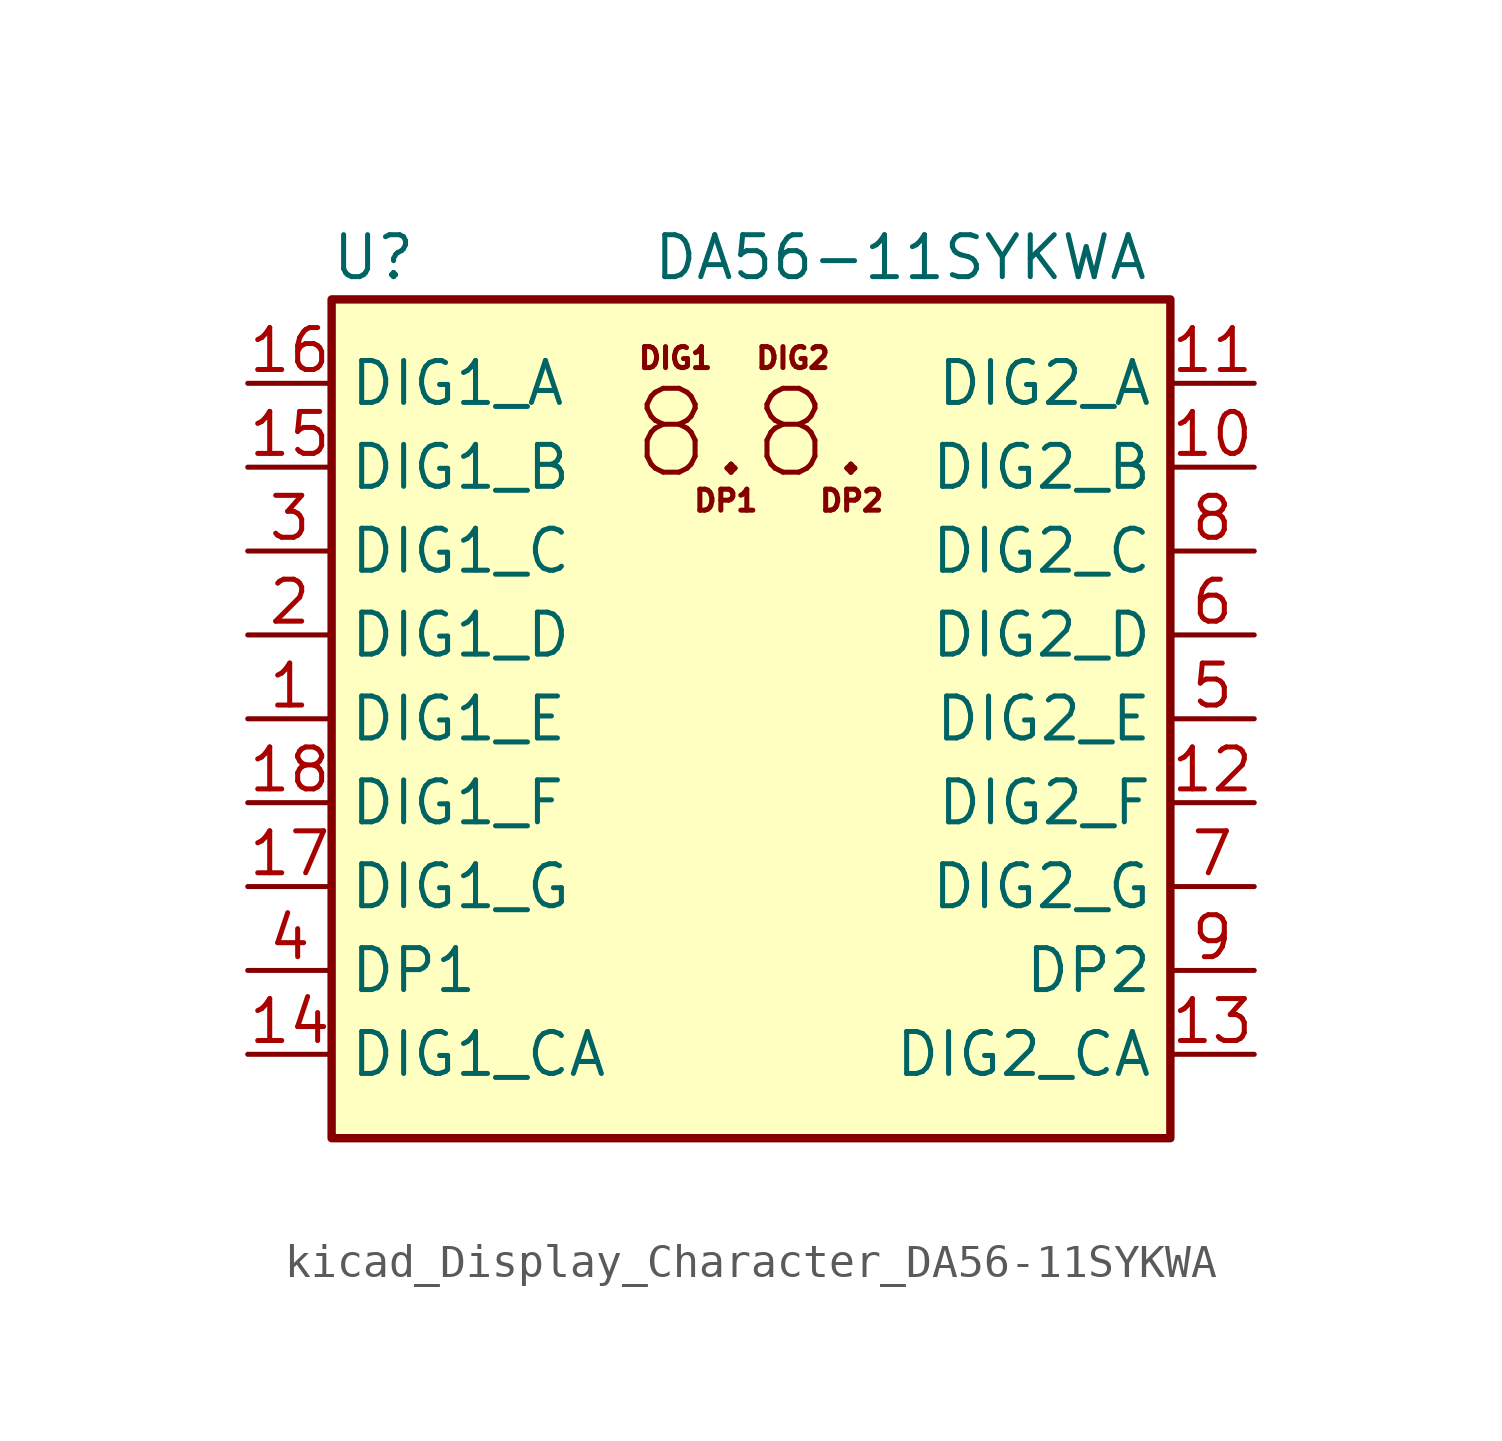
<source format=kicad_sym>
(kicad_symbol_lib
  (version 20220914)
  (generator kicad_symbol_editor)
  (symbol "kicad_Display_Character_DA56-11SYKWA"
    (property "Reference" "U"
      (at -11.43 13.97 0)
      (effects (font (size 1.27 1.27))))
    (property "Value" "DA56-11SYKWA"
      (at 12.065 13.97 0)
      (effects (font (size 1.27 1.27)) (justify right)))
    (symbol "kicad_Display_Character_DA56-11SYKWA_0_0"
      (text "8.8." (at 0 8.636 0) (effects (font (size 2.54 2.54))))
      (text "DIG1" (at -2.286 10.922 0) (effects (font (size 0.635 0.635))))
      (text "DIG2" (at 1.27 10.922 0) (effects (font (size 0.635 0.635))))
      (text "DP1" (at -0.762 6.604 0) (effects (font (size 0.635 0.635))))
      (text "DP2" (at 3.048 6.604 0) (effects (font (size 0.635 0.635)))))
    (symbol "kicad_Display_Character_DA56-11SYKWA_0_1"
      (rectangle (start -12.7 12.7) (end 12.7 -12.7) (stroke (width 0.254) (type default)) (fill (type background))))
    (symbol "kicad_Display_Character_DA56-11SYKWA_1_1"
      (pin input line (at -15.24 0 0) (length 2.54) (name "DIG1_E" (effects (font (size 1.27 1.27)))) (number "1" (effects (font (size 1.27 1.27)))))
      (pin input line (at 15.24 7.62 180) (length 2.54) (name "DIG2_B" (effects (font (size 1.27 1.27)))) (number "10" (effects (font (size 1.27 1.27)))))
      (pin input line (at 15.24 10.16 180) (length 2.54) (name "DIG2_A" (effects (font (size 1.27 1.27)))) (number "11" (effects (font (size 1.27 1.27)))))
      (pin input line (at 15.24 -2.54 180) (length 2.54) (name "DIG2_F" (effects (font (size 1.27 1.27)))) (number "12" (effects (font (size 1.27 1.27)))))
      (pin input line (at 15.24 -10.16 180) (length 2.54) (name "DIG2_CA" (effects (font (size 1.27 1.27)))) (number "13" (effects (font (size 1.27 1.27)))))
      (pin input line (at -15.24 -10.16 0) (length 2.54) (name "DIG1_CA" (effects (font (size 1.27 1.27)))) (number "14" (effects (font (size 1.27 1.27)))))
      (pin input line (at -15.24 7.62 0) (length 2.54) (name "DIG1_B" (effects (font (size 1.27 1.27)))) (number "15" (effects (font (size 1.27 1.27)))))
      (pin input line (at -15.24 10.16 0) (length 2.54) (name "DIG1_A" (effects (font (size 1.27 1.27)))) (number "16" (effects (font (size 1.27 1.27)))))
      (pin input line (at -15.24 -5.08 0) (length 2.54) (name "DIG1_G" (effects (font (size 1.27 1.27)))) (number "17" (effects (font (size 1.27 1.27)))))
      (pin input line (at -15.24 -2.54 0) (length 2.54) (name "DIG1_F" (effects (font (size 1.27 1.27)))) (number "18" (effects (font (size 1.27 1.27)))))
      (pin input line (at -15.24 2.54 0) (length 2.54) (name "DIG1_D" (effects (font (size 1.27 1.27)))) (number "2" (effects (font (size 1.27 1.27)))))
      (pin input line (at -15.24 5.08 0) (length 2.54) (name "DIG1_C" (effects (font (size 1.27 1.27)))) (number "3" (effects (font (size 1.27 1.27)))))
      (pin input line (at -15.24 -7.62 0) (length 2.54) (name "DP1" (effects (font (size 1.27 1.27)))) (number "4" (effects (font (size 1.27 1.27)))))
      (pin input line (at 15.24 0 180) (length 2.54) (name "DIG2_E" (effects (font (size 1.27 1.27)))) (number "5" (effects (font (size 1.27 1.27)))))
      (pin input line (at 15.24 2.54 180) (length 2.54) (name "DIG2_D" (effects (font (size 1.27 1.27)))) (number "6" (effects (font (size 1.27 1.27)))))
      (pin input line (at 15.24 -5.08 180) (length 2.54) (name "DIG2_G" (effects (font (size 1.27 1.27)))) (number "7" (effects (font (size 1.27 1.27)))))
      (pin input line (at 15.24 5.08 180) (length 2.54) (name "DIG2_C" (effects (font (size 1.27 1.27)))) (number "8" (effects (font (size 1.27 1.27)))))
      (pin input line (at 15.24 -7.62 180) (length 2.54) (name "DP2" (effects (font (size 1.27 1.27)))) (number "9" (effects (font (size 1.27 1.27))))))))
</source>
